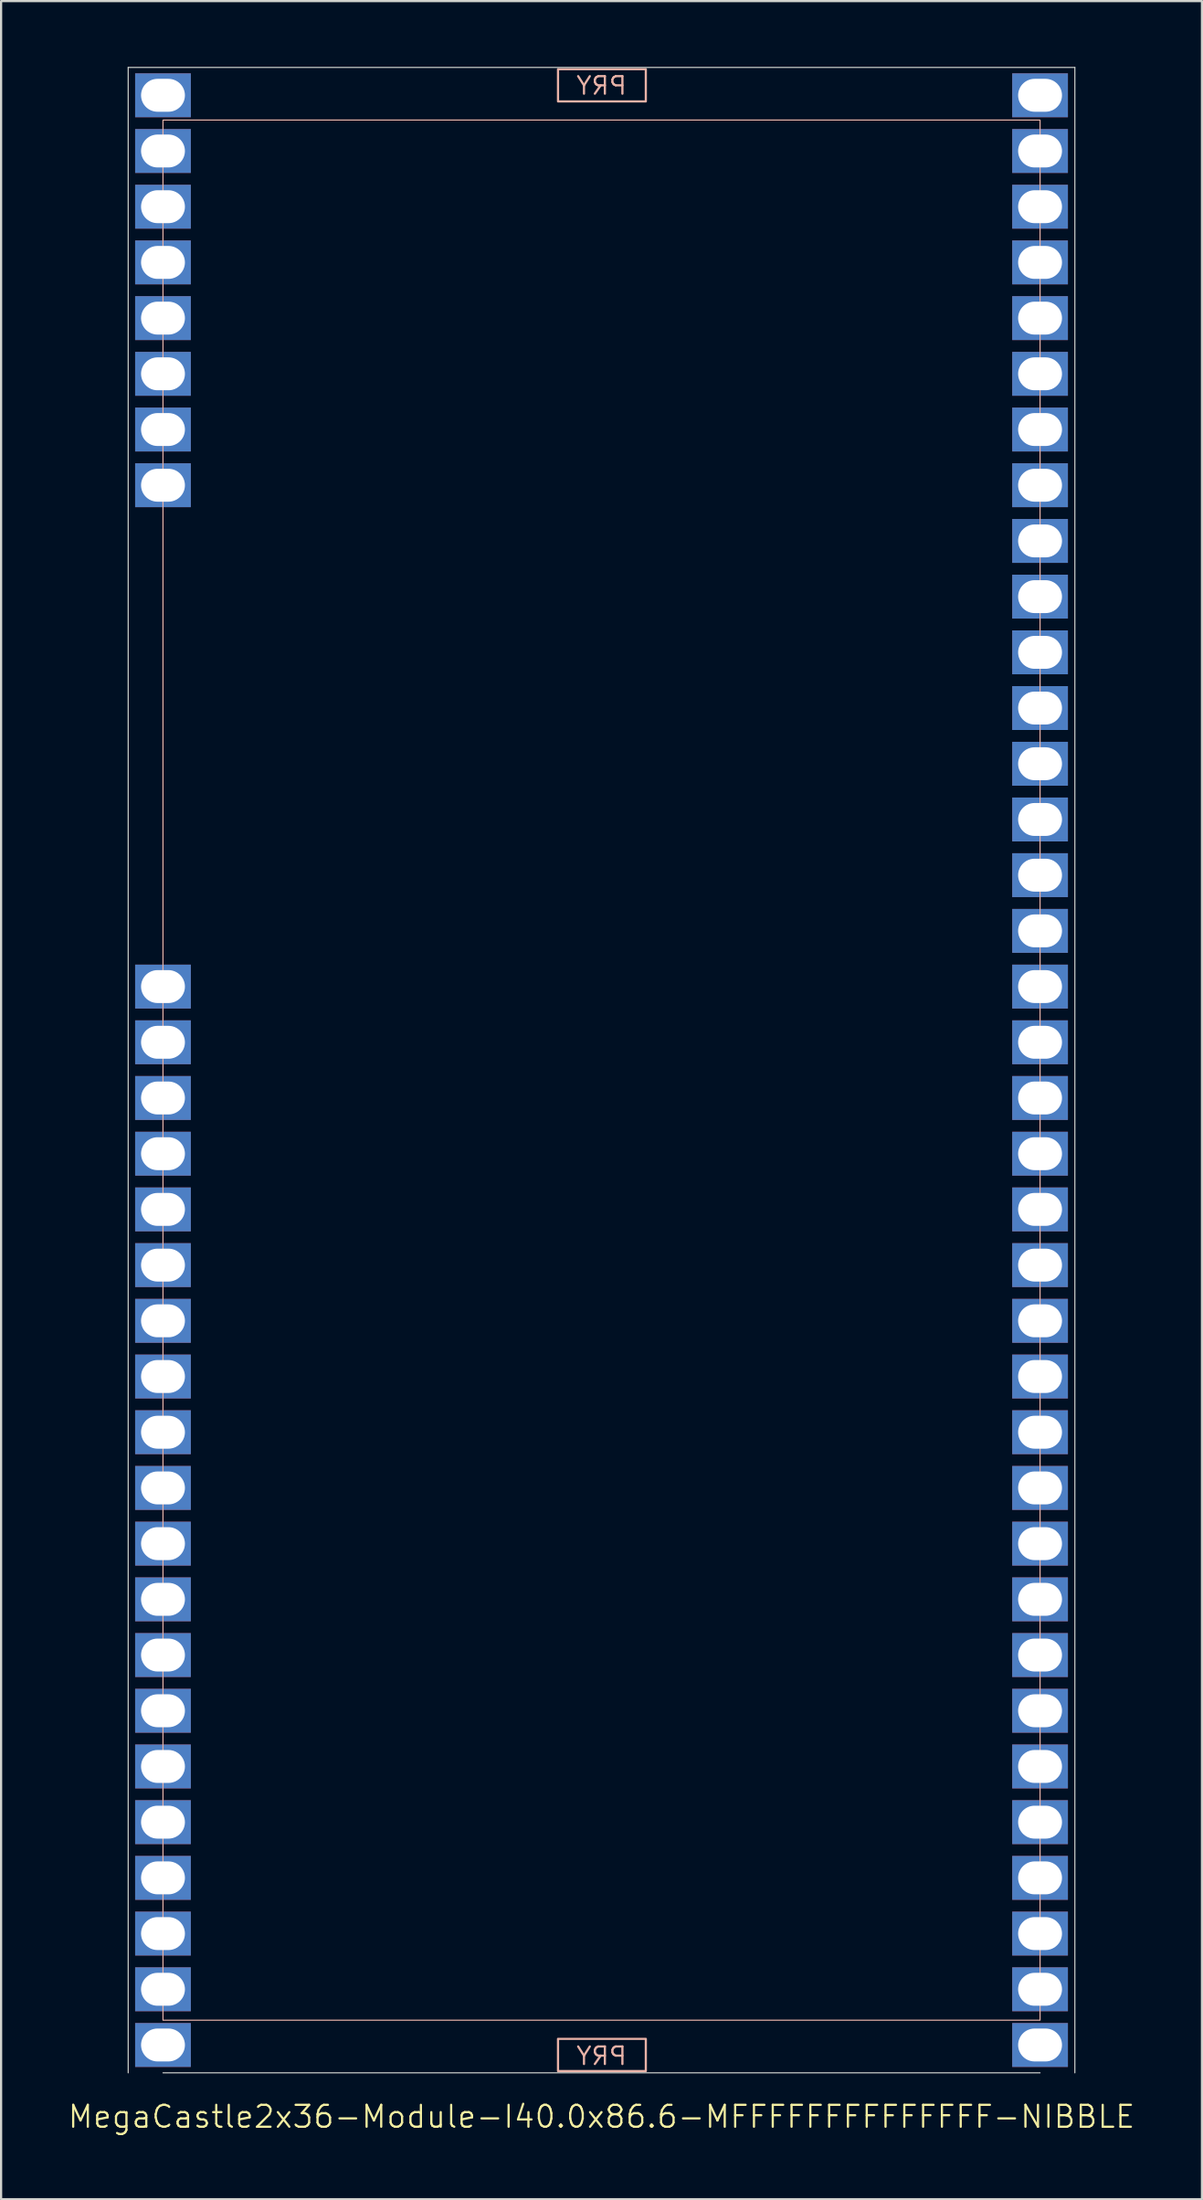
<source format=kicad_pcb>
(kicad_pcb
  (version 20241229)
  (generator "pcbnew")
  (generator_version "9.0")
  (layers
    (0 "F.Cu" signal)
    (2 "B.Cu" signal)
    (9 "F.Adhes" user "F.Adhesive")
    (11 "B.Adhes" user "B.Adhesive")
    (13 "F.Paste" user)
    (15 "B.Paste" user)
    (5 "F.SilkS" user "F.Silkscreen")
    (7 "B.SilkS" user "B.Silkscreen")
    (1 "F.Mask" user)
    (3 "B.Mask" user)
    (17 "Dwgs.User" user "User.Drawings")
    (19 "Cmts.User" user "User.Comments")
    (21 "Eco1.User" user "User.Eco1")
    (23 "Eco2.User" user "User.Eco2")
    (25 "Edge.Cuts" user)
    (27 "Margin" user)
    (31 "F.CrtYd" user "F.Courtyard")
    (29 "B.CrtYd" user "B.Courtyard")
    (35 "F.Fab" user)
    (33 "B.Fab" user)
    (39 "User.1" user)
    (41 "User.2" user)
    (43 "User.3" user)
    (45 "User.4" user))
  (footprint "MegaCastle2x36-Module-I40.0x86.6-MFFFFFFFFFFFFFF-NIBBLE"
    (layer "F.Cu")
    (at 24.383 45.745)
    (property "Reference" "MegaCastle2x36-Module-I40.0x86.6-MFFFFFFFFFFFFFF-NIBBLE" (at 0 47.72 0) (unlocked yes) (layer "F.SilkS") (effects (font (size 1 1) (thickness 0.1))))
    (attr smd)
    (fp_rect (start -20 43.32) (end 20 -43.32) (stroke (width 0.05) (type default)) (fill no) (layer "B.SilkS"))
    (fp_rect (start -1.984 -44.171) (end 2.02 -45.64) (stroke (width 0.1) (type default)) (fill no) (layer "B.SilkS"))
    (fp_rect (start -1.984 44.171) (end 2.02 45.64) (stroke (width 0.1) (type default)) (fill no) (layer "B.SilkS"))
    (fp_line (start -21.587 -45.72) (end -21.587 45.72) (stroke (width 0.05) (type default)) (layer "Edge.Cuts"))
    (fp_line (start -21.587 -45.72) (end 21.587 -45.72) (stroke (width 0.05) (type default)) (layer "Edge.Cuts"))
    (fp_line (start -20 45.72) (end 20 45.72) (stroke (width 0.05) (type default)) (layer "Edge.Cuts"))
    (fp_line (start 21.587 -45.72) (end 21.587 45.72) (stroke (width 0.05) (type default)) (layer "Edge.Cuts"))
    (fp_text user "PRY" (at 0 45.42 0) (unlocked yes) (layer "B.SilkS") (effects (font (size 0.8 0.8) (thickness 0.1)) (justify bottom mirror)))
    (fp_text user "PRY" (at 0 -44.42 0) (unlocked yes) (layer "B.SilkS") (effects (font (size 0.8 0.8) (thickness 0.1)) (justify bottom mirror)))
    (pad "1" thru_hole rect (at -20 -44.45) (size 2.54 2) (drill oval 2 1.5) (property pad_prop_castellated) (layers "*.Cu" "*.Mask"))
    (pad "2" thru_hole rect (at -20 -41.91) (size 2.54 2) (drill oval 2 1.5) (property pad_prop_castellated) (layers "*.Cu" "*.Mask"))
    (pad "3" thru_hole rect (at -20 -39.37) (size 2.54 2) (drill oval 2 1.5) (property pad_prop_castellated) (layers "*.Cu" "*.Mask"))
    (pad "4" thru_hole rect (at -20 -36.83) (size 2.54 2) (drill oval 2 1.5) (property pad_prop_castellated) (layers "*.Cu" "*.Mask"))
    (pad "5" thru_hole rect (at -20 -34.29) (size 2.54 2) (drill oval 2 1.5) (property pad_prop_castellated) (layers "*.Cu" "*.Mask"))
    (pad "6" thru_hole rect (at -20 -31.75) (size 2.54 2) (drill oval 2 1.5) (property pad_prop_castellated) (layers "*.Cu" "*.Mask"))
    (pad "7" thru_hole rect (at -20 -29.21) (size 2.54 2) (drill oval 2 1.5) (property pad_prop_castellated) (layers "*.Cu" "*.Mask"))
    (pad "8" thru_hole rect (at -20 -26.67) (size 2.54 2) (drill oval 2 1.5) (property pad_prop_castellated) (layers "*.Cu" "*.Mask"))
    (pad "17" thru_hole rect (at -20 -3.81) (size 2.54 2) (drill oval 2 1.5) (property pad_prop_castellated) (layers "*.Cu" "*.Mask"))
    (pad "18" thru_hole rect (at -20 -1.27) (size 2.54 2) (drill oval 2 1.5) (property pad_prop_castellated) (layers "*.Cu" "*.Mask"))
    (pad "19" thru_hole rect (at -20 1.27) (size 2.54 2) (drill oval 2 1.5) (property pad_prop_castellated) (layers "*.Cu" "*.Mask"))
    (pad "20" thru_hole rect (at -20 3.81) (size 2.54 2) (drill oval 2 1.5) (property pad_prop_castellated) (layers "*.Cu" "*.Mask"))
    (pad "21" thru_hole rect (at -20 6.35) (size 2.54 2) (drill oval 2 1.5) (property pad_prop_castellated) (layers "*.Cu" "*.Mask"))
    (pad "22" thru_hole rect (at -20 8.89) (size 2.54 2) (drill oval 2 1.5) (property pad_prop_castellated) (layers "*.Cu" "*.Mask"))
    (pad "23" thru_hole rect (at -20 11.43) (size 2.54 2) (drill oval 2 1.5) (property pad_prop_castellated) (layers "*.Cu" "*.Mask"))
    (pad "24" thru_hole rect (at -20 13.97) (size 2.54 2) (drill oval 2 1.5) (property pad_prop_castellated) (layers "*.Cu" "*.Mask"))
    (pad "25" thru_hole rect (at -20 16.51) (size 2.54 2) (drill oval 2 1.5) (property pad_prop_castellated) (layers "*.Cu" "*.Mask"))
    (pad "26" thru_hole rect (at -20 19.05) (size 2.54 2) (drill oval 2 1.5) (property pad_prop_castellated) (layers "*.Cu" "*.Mask"))
    (pad "27" thru_hole rect (at -20 21.59) (size 2.54 2) (drill oval 2 1.5) (property pad_prop_castellated) (layers "*.Cu" "*.Mask"))
    (pad "28" thru_hole rect (at -20 24.13) (size 2.54 2) (drill oval 2 1.5) (property pad_prop_castellated) (layers "*.Cu" "*.Mask"))
    (pad "29" thru_hole rect (at -20 26.67) (size 2.54 2) (drill oval 2 1.5) (property pad_prop_castellated) (layers "*.Cu" "*.Mask"))
    (pad "30" thru_hole rect (at -20 29.21) (size 2.54 2) (drill oval 2 1.5) (property pad_prop_castellated) (layers "*.Cu" "*.Mask"))
    (pad "31" thru_hole rect (at -20 31.75) (size 2.54 2) (drill oval 2 1.5) (property pad_prop_castellated) (layers "*.Cu" "*.Mask"))
    (pad "32" thru_hole rect (at -20 34.29) (size 2.54 2) (drill oval 2 1.5) (property pad_prop_castellated) (layers "*.Cu" "*.Mask"))
    (pad "33" thru_hole rect (at -20 36.83) (size 2.54 2) (drill oval 2 1.5) (property pad_prop_castellated) (layers "*.Cu" "*.Mask"))
    (pad "34" thru_hole rect (at -20 39.37) (size 2.54 2) (drill oval 2 1.5) (property pad_prop_castellated) (layers "*.Cu" "*.Mask"))
    (pad "35" thru_hole rect (at -20 41.91) (size 2.54 2) (drill oval 2 1.5) (property pad_prop_castellated) (layers "*.Cu" "*.Mask"))
    (pad "36" thru_hole rect (at -20 44.45) (size 2.54 2) (drill oval 2 1.5) (property pad_prop_castellated) (layers "*.Cu" "*.Mask"))
    (pad "37" thru_hole rect (at 20 -44.45) (size 2.54 2) (drill oval 2 1.5) (property pad_prop_castellated) (layers "*.Cu" "*.Mask"))
    (pad "38" thru_hole rect (at 20 -41.91) (size 2.54 2) (drill oval 2 1.5) (property pad_prop_castellated) (layers "*.Cu" "*.Mask"))
    (pad "39" thru_hole rect (at 20 -39.37) (size 2.54 2) (drill oval 2 1.5) (property pad_prop_castellated) (layers "*.Cu" "*.Mask"))
    (pad "40" thru_hole rect (at 20 -36.83) (size 2.54 2) (drill oval 2 1.5) (property pad_prop_castellated) (layers "*.Cu" "*.Mask"))
    (pad "41" thru_hole rect (at 20 -34.29) (size 2.54 2) (drill oval 2 1.5) (property pad_prop_castellated) (layers "*.Cu" "*.Mask"))
    (pad "42" thru_hole rect (at 20 -31.75) (size 2.54 2) (drill oval 2 1.5) (property pad_prop_castellated) (layers "*.Cu" "*.Mask"))
    (pad "43" thru_hole rect (at 20 -29.21) (size 2.54 2) (drill oval 2 1.5) (property pad_prop_castellated) (layers "*.Cu" "*.Mask"))
    (pad "44" thru_hole rect (at 20 -26.67) (size 2.54 2) (drill oval 2 1.5) (property pad_prop_castellated) (layers "*.Cu" "*.Mask"))
    (pad "45" thru_hole rect (at 20 -24.13) (size 2.54 2) (drill oval 2 1.5) (property pad_prop_castellated) (layers "*.Cu" "*.Mask"))
    (pad "46" thru_hole rect (at 20 -21.59) (size 2.54 2) (drill oval 2 1.5) (property pad_prop_castellated) (layers "*.Cu" "*.Mask"))
    (pad "47" thru_hole rect (at 20 -19.05) (size 2.54 2) (drill oval 2 1.5) (property pad_prop_castellated) (layers "*.Cu" "*.Mask"))
    (pad "48" thru_hole rect (at 20 -16.51) (size 2.54 2) (drill oval 2 1.5) (property pad_prop_castellated) (layers "*.Cu" "*.Mask"))
    (pad "49" thru_hole rect (at 20 -13.97) (size 2.54 2) (drill oval 2 1.5) (property pad_prop_castellated) (layers "*.Cu" "*.Mask"))
    (pad "50" thru_hole rect (at 20 -11.43) (size 2.54 2) (drill oval 2 1.5) (property pad_prop_castellated) (layers "*.Cu" "*.Mask"))
    (pad "51" thru_hole rect (at 20 -8.89) (size 2.54 2) (drill oval 2 1.5) (property pad_prop_castellated) (layers "*.Cu" "*.Mask"))
    (pad "52" thru_hole rect (at 20 -6.35) (size 2.54 2) (drill oval 2 1.5) (property pad_prop_castellated) (layers "*.Cu" "*.Mask"))
    (pad "53" thru_hole rect (at 20 -3.81) (size 2.54 2) (drill oval 2 1.5) (property pad_prop_castellated) (layers "*.Cu" "*.Mask"))
    (pad "54" thru_hole rect (at 20 -1.27) (size 2.54 2) (drill oval 2 1.5) (property pad_prop_castellated) (layers "*.Cu" "*.Mask"))
    (pad "55" thru_hole rect (at 20 1.27) (size 2.54 2) (drill oval 2 1.5) (property pad_prop_castellated) (layers "*.Cu" "*.Mask"))
    (pad "56" thru_hole rect (at 20 3.81) (size 2.54 2) (drill oval 2 1.5) (property pad_prop_castellated) (layers "*.Cu" "*.Mask"))
    (pad "57" thru_hole rect (at 20 6.35) (size 2.54 2) (drill oval 2 1.5) (property pad_prop_castellated) (layers "*.Cu" "*.Mask"))
    (pad "58" thru_hole rect (at 20 8.89) (size 2.54 2) (drill oval 2 1.5) (property pad_prop_castellated) (layers "*.Cu" "*.Mask"))
    (pad "59" thru_hole rect (at 20 11.43) (size 2.54 2) (drill oval 2 1.5) (property pad_prop_castellated) (layers "*.Cu" "*.Mask"))
    (pad "60" thru_hole rect (at 20 13.97) (size 2.54 2) (drill oval 2 1.5) (property pad_prop_castellated) (layers "*.Cu" "*.Mask"))
    (pad "61" thru_hole rect (at 20 16.51) (size 2.54 2) (drill oval 2 1.5) (property pad_prop_castellated) (layers "*.Cu" "*.Mask"))
    (pad "62" thru_hole rect (at 20 19.05) (size 2.54 2) (drill oval 2 1.5) (property pad_prop_castellated) (layers "*.Cu" "*.Mask"))
    (pad "63" thru_hole rect (at 20 21.59) (size 2.54 2) (drill oval 2 1.5) (property pad_prop_castellated) (layers "*.Cu" "*.Mask"))
    (pad "64" thru_hole rect (at 20 24.13) (size 2.54 2) (drill oval 2 1.5) (property pad_prop_castellated) (layers "*.Cu" "*.Mask"))
    (pad "65" thru_hole rect (at 20 26.67) (size 2.54 2) (drill oval 2 1.5) (property pad_prop_castellated) (layers "*.Cu" "*.Mask"))
    (pad "66" thru_hole rect (at 20 29.21) (size 2.54 2) (drill oval 2 1.5) (property pad_prop_castellated) (layers "*.Cu" "*.Mask"))
    (pad "67" thru_hole rect (at 20 31.75) (size 2.54 2) (drill oval 2 1.5) (property pad_prop_castellated) (layers "*.Cu" "*.Mask"))
    (pad "68" thru_hole rect (at 20 34.29) (size 2.54 2) (drill oval 2 1.5) (property pad_prop_castellated) (layers "*.Cu" "*.Mask"))
    (pad "69" thru_hole rect (at 20 36.83) (size 2.54 2) (drill oval 2 1.5) (property pad_prop_castellated) (layers "*.Cu" "*.Mask"))
    (pad "70" thru_hole rect (at 20 39.37) (size 2.54 2) (drill oval 2 1.5) (property pad_prop_castellated) (layers "*.Cu" "*.Mask"))
    (pad "71" thru_hole rect (at 20 41.91) (size 2.54 2) (drill oval 2 1.5) (property pad_prop_castellated) (layers "*.Cu" "*.Mask"))
    (pad "72" thru_hole rect (at 20 44.45) (size 2.54 2) (drill oval 2 1.5) (property pad_prop_castellated) (layers "*.Cu" "*.Mask"))
    (zone (net_name "") (layer "B.Cu") (hatch edge 0.5) (connect_pads) (min_thickness 0.25) (filled_areas_thickness no) (keepout (tracks allowed) (vias allowed) (pads allowed) (copperpour allowed) (footprints not_allowed)) (placement (enabled no)) (fill) (polygon (pts (xy 4.383 91.465) (xy 4.383 0.025))))
    (zone (net_name "") (layer "B.Cu") (hatch edge 0.5) (connect_pads) (min_thickness 0.25) (filled_areas_thickness no) (keepout (tracks allowed) (vias allowed) (pads allowed) (copperpour allowed) (footprints not_allowed)) (placement (enabled no)) (fill) (polygon (pts (xy 44.383 91.465) (xy 44.383 0.025))))
    (zone (net_name "") (layer "B.Cu") (hatch edge 0.5) (connect_pads) (min_thickness 0.25) (filled_areas_thickness no) (keepout (tracks allowed) (vias allowed) (pads allowed) (copperpour allowed) (footprints not_allowed)) (placement (enabled no)) (fill) (polygon (pts (xy 4.383 0.025) (xy 4.383 2.425) (xy 44.383 2.425) (xy 44.383 0.025))))
    (zone (net_name "") (layer "B.Cu") (hatch edge 0.5) (connect_pads) (min_thickness 0.25) (filled_areas_thickness no) (keepout (tracks allowed) (vias allowed) (pads allowed) (copperpour allowed) (footprints not_allowed)) (placement (enabled no)) (fill) (polygon (pts (xy 4.383 91.465) (xy 4.383 89.065) (xy 44.383 89.065) (xy 44.383 91.465))))
    (zone (net_name "") (layer "B.Cu") (name "Upper Pry Zone") (hatch edge 0.5) (connect_pads) (min_thickness 0.25) (filled_areas_thickness no) (keepout (tracks not_allowed) (vias not_allowed) (pads not_allowed) (copperpour allowed) (footprints not_allowed)) (placement (enabled no)) (fill) (polygon (pts (xy 22.399 1.574) (xy 22.399 0.105) (xy 26.403 0.105) (xy 26.403 1.574))))
    (zone (net_name "") (layer "B.Cu") (name "Upper Pry Zone") (hatch edge 0.5) (connect_pads) (min_thickness 0.25) (filled_areas_thickness no) (keepout (tracks not_allowed) (vias not_allowed) (pads not_allowed) (copperpour allowed) (footprints not_allowed)) (placement (enabled no)) (fill) (polygon (pts (xy 22.399 89.916) (xy 22.399 91.385) (xy 26.403 91.385) (xy 26.403 89.916)))))
  (gr_rect
    (start -3 -3)
    (end 51.767 97.226)
    (stroke (width 0.1) (type default))
    (fill no)
    (layer "Edge.Cuts")))
</source>
